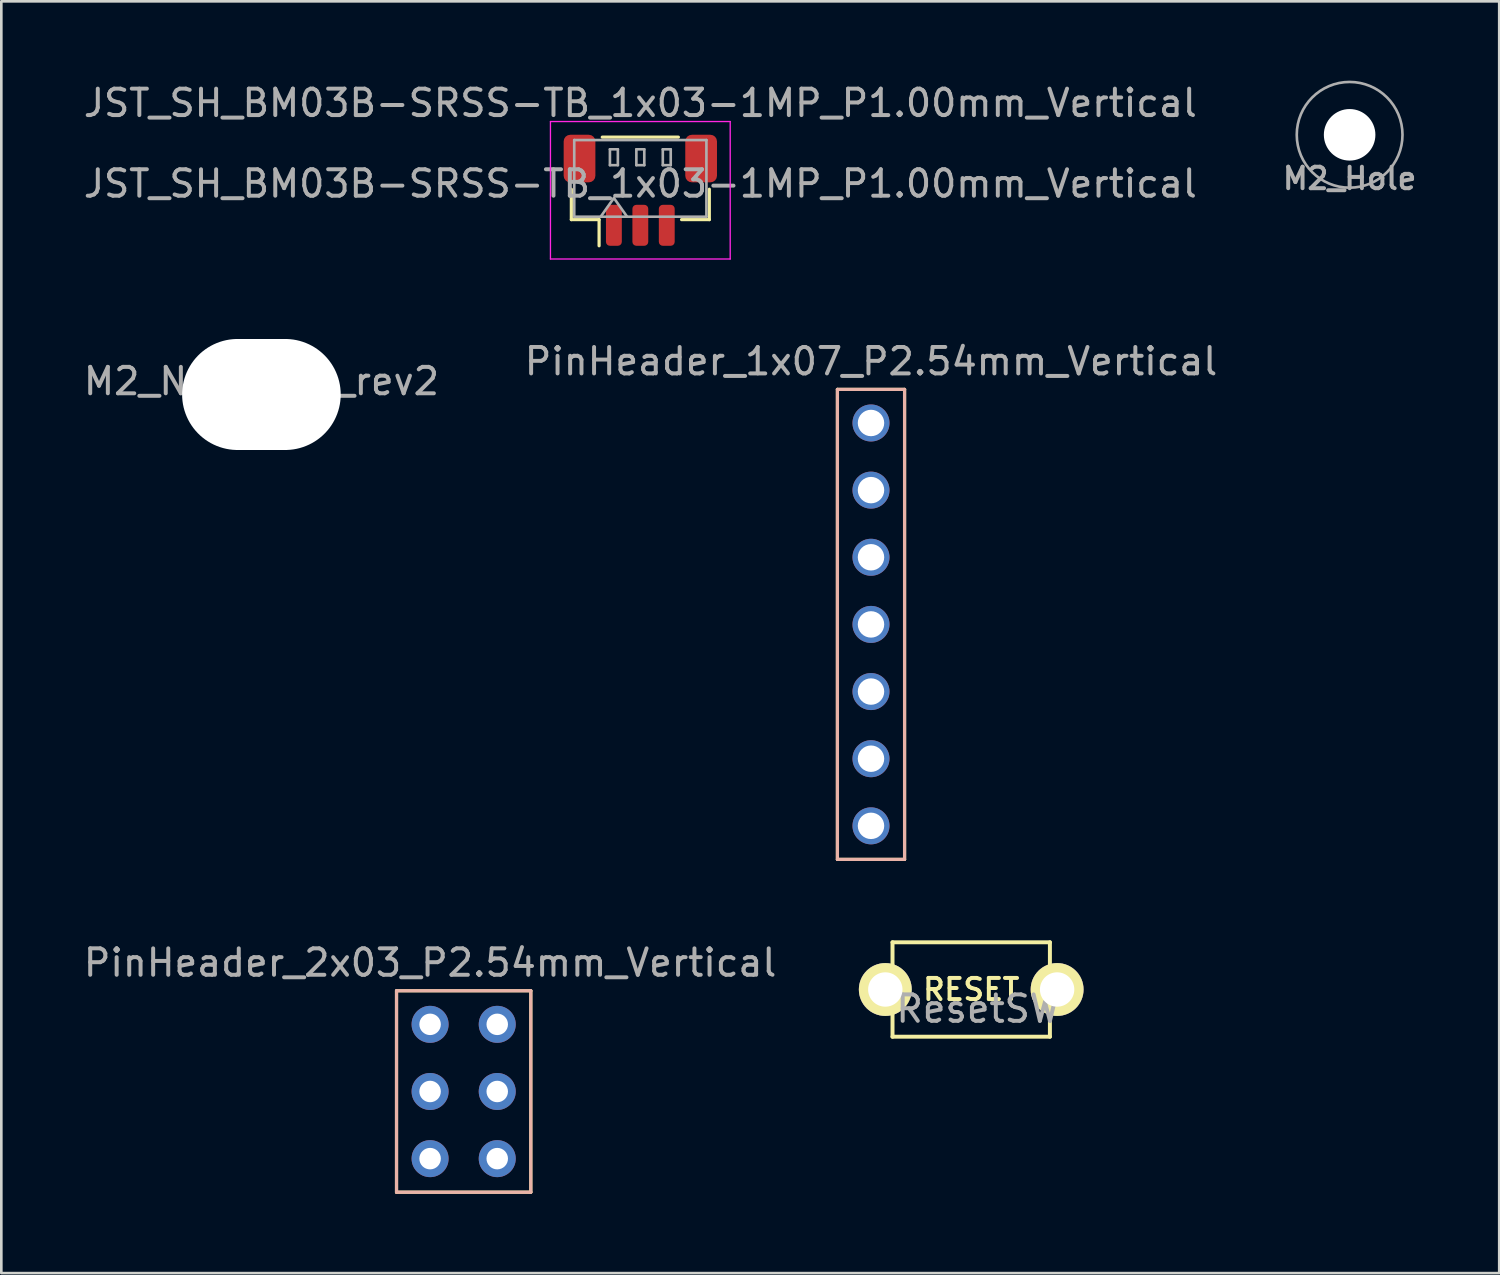
<source format=kicad_pcb>
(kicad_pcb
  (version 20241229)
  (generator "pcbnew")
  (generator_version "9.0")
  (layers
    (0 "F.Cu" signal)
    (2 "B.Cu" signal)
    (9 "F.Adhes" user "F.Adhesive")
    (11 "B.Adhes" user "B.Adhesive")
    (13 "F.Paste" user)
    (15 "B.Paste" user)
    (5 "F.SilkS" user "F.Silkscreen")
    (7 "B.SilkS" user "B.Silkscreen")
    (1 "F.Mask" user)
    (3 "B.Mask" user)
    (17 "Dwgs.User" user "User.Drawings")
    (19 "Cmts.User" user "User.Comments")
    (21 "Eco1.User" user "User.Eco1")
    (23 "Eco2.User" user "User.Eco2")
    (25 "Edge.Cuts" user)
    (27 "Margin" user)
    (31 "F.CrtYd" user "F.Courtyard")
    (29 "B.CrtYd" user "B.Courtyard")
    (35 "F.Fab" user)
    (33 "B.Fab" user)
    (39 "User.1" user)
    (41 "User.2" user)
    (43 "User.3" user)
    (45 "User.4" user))
  (footprint "PinHeader_2x03_P2.54mm_Vertical"
    (layer "F.Cu")
    (at 13.22 35.7)
    (property "Reference" "PinHeader_2x03_P2.54mm_Vertical" (at 0 -2.33 0) (layer "F.Fab") (effects (font (size 1 1) (thickness 0.15))))
    (fp_line (start -1.27 -1.27) (end -1.27 6.35) (stroke (width 0.12) (type solid)) (layer "F.SilkS"))
    (fp_line (start -1.27 6.35) (end 3.81 6.35) (stroke (width 0.12) (type solid)) (layer "F.SilkS"))
    (fp_line (start 3.81 -1.27) (end -1.27 -1.27) (stroke (width 0.12) (type solid)) (layer "F.SilkS"))
    (fp_line (start 3.81 6.35) (end 3.81 -1.27) (stroke (width 0.12) (type solid)) (layer "F.SilkS"))
    (fp_line (start -1.27 -1.27) (end -1.27 6.35) (stroke (width 0.12) (type solid)) (layer "B.SilkS"))
    (fp_line (start -1.27 6.35) (end 3.81 6.35) (stroke (width 0.12) (type solid)) (layer "B.SilkS"))
    (fp_line (start 3.81 -1.27) (end -1.27 -1.27) (stroke (width 0.12) (type solid)) (layer "B.SilkS"))
    (fp_line (start 3.81 6.35) (end 3.81 -1.27) (stroke (width 0.12) (type solid)) (layer "B.SilkS"))
    (pad "1" thru_hole circle (at 0 0) (size 1.4 1.4) (drill 0.813) (layers "*.Cu" "*.Mask"))
    (pad "2" thru_hole oval (at 2.54 0) (size 1.4 1.4) (drill 0.813) (layers "*.Cu" "*.Mask"))
    (pad "3" thru_hole oval (at 0 2.54) (size 1.4 1.4) (drill 0.813) (layers "*.Cu" "*.Mask"))
    (pad "4" thru_hole circle (at 2.54 2.54) (size 1.4 1.4) (drill 0.813) (layers "*.Cu" "*.Mask"))
    (pad "5" thru_hole oval (at 0 5.08) (size 1.4 1.4) (drill 0.813) (layers "*.Cu" "*.Mask"))
    (pad "6" thru_hole oval (at 2.54 5.08) (size 1.4 1.4) (drill 0.813) (layers "*.Cu" "*.Mask")))
  (footprint "PinHeader_1x07_P2.54mm_Vertical"
    (layer "F.Cu")
    (at 29.899 12.951)
    (property "Reference" "PinHeader_1x07_P2.54mm_Vertical" (at 0 -2.33 0) (layer "F.Fab") (effects (font (size 1 1) (thickness 0.15))))
    (fp_line (start -1.27 -1.27) (end -1.27 16.51) (stroke (width 0.12) (type solid)) (layer "F.SilkS"))
    (fp_line (start -1.27 16.51) (end 1.27 16.51) (stroke (width 0.12) (type solid)) (layer "F.SilkS"))
    (fp_line (start 1.27 -1.27) (end -1.27 -1.27) (stroke (width 0.12) (type solid)) (layer "F.SilkS"))
    (fp_line (start 1.27 16.51) (end 1.27 -1.27) (stroke (width 0.12) (type solid)) (layer "F.SilkS"))
    (fp_line (start -1.27 -1.27) (end -1.27 16.51) (stroke (width 0.12) (type solid)) (layer "B.SilkS"))
    (fp_line (start -1.27 16.51) (end 1.27 16.51) (stroke (width 0.12) (type solid)) (layer "B.SilkS"))
    (fp_line (start 1.27 -1.27) (end -1.27 -1.27) (stroke (width 0.12) (type solid)) (layer "B.SilkS"))
    (fp_line (start 1.27 16.51) (end 1.27 -1.27) (stroke (width 0.12) (type solid)) (layer "B.SilkS"))
    (pad "1" thru_hole circle (at 0 0) (size 1.4 1.4) (drill 1) (layers "*.Cu" "*.Mask"))
    (pad "2" thru_hole oval (at 0 2.54) (size 1.4 1.4) (drill 1) (layers "*.Cu" "*.Mask"))
    (pad "3" thru_hole oval (at 0 5.08) (size 1.4 1.4) (drill 1) (layers "*.Cu" "*.Mask"))
    (pad "4" thru_hole circle (at 0 7.62) (size 1.4 1.4) (drill 1) (layers "*.Cu" "*.Mask"))
    (pad "5" thru_hole oval (at 0 10.16) (size 1.4 1.4) (drill 1) (layers "*.Cu" "*.Mask"))
    (pad "6" thru_hole oval (at 0 12.7) (size 1.4 1.4) (drill 1) (layers "*.Cu" "*.Mask"))
    (pad "7" thru_hole oval (at 0 15.24) (size 1.4 1.4) (drill 1) (layers "*.Cu" "*.Mask")))
  (footprint "M2_Nut_Hole_rev2"
    (layer "F.Cu")
    (at 6.839 11.873)
    (property "Reference" "M2_Nut_Hole_rev2" (at 0 -0.5 0) (unlocked yes) (layer "F.Fab") (effects (font (size 1 1) (thickness 0.15))))
    (fp_line (start -2.338 0.05) (end -1.126 -2.05) (stroke (width 0.01) (type solid)) (layer "F.Fab"))
    (fp_line (start -1.212 -2) (end 1.212 -2) (stroke (width 0.01) (type solid)) (layer "F.Fab"))
    (fp_line (start -1.212 2) (end 1.212 2) (stroke (width 0.01) (type solid)) (layer "F.Fab"))
    (fp_line (start -1.126 2.05) (end -2.338 -0.05) (stroke (width 0.01) (type solid)) (layer "F.Fab"))
    (fp_line (start 1.126 2.05) (end 2.338 -0.05) (stroke (width 0.01) (type solid)) (layer "F.Fab"))
    (fp_line (start 2.338 0.05) (end 1.126 -2.05) (stroke (width 0.01) (type solid)) (layer "F.Fab"))
    (pad "" np_thru_hole oval (at 0 0) (size 6 4.2) (drill oval 6 4.2) (layers "*.Cu" "*.Mask")))
  (footprint "ResetSW"
    (layer "F.Cu")
    (at 33.69 34.382)
    (property "Reference" "ResetSW" (at 0.265 0.73 0) (layer "F.Fab") (effects (font (size 1 1) (thickness 0.15))))
    (fp_line (start -2.977 -1.786) (end 2.977 -1.786) (stroke (width 0.15) (type solid)) (layer "F.SilkS"))
    (fp_line (start -2.977 1.786) (end -2.977 -1.786) (stroke (width 0.15) (type solid)) (layer "F.SilkS"))
    (fp_line (start 2.977 -1.786) (end 2.977 1.786) (stroke (width 0.15) (type solid)) (layer "F.SilkS"))
    (fp_line (start 2.977 1.786) (end -2.977 1.786) (stroke (width 0.15) (type solid)) (layer "F.SilkS"))
    (fp_text user "RESET" (at 0 0 0) (layer "F.SilkS") (effects (font (size 0.8 0.8) (thickness 0.15))))
    (pad "1" thru_hole circle (at 3.25 0) (size 2 2) (drill 1.3) (layers "*.Cu" "*.Mask" "F.SilkS"))
    (pad "2" thru_hole circle (at -3.25 0) (size 2 2) (drill 1.3) (layers "*.Cu" "*.Mask" "F.SilkS")))
  (footprint "JST_SH_BM03B-SRSS-TB_1x03-1MP_P1.00mm_Vertical"
    (layer "F.Cu")
    (at 21.173 4.148)
    (property "Reference" "JST_SH_BM03B-SRSS-TB_1x03-1MP_P1.00mm_Vertical" (at 0 -3.3 0) (layer "F.Fab") (effects (font (size 1 1) (thickness 0.15))))
    (attr smd)
    (fp_line (start -2.61 -0.04) (end -2.61 1.11) (stroke (width 0.12) (type solid)) (layer "F.SilkS"))
    (fp_line (start -2.61 1.11) (end -1.56 1.11) (stroke (width 0.12) (type solid)) (layer "F.SilkS"))
    (fp_line (start -1.56 1.11) (end -1.56 2.1) (stroke (width 0.12) (type solid)) (layer "F.SilkS"))
    (fp_line (start -1.44 -2.01) (end 1.44 -2.01) (stroke (width 0.12) (type solid)) (layer "F.SilkS"))
    (fp_line (start 2.61 -0.04) (end 2.61 1.11) (stroke (width 0.12) (type solid)) (layer "F.SilkS"))
    (fp_line (start 2.61 1.11) (end 1.56 1.11) (stroke (width 0.12) (type solid)) (layer "F.SilkS"))
    (fp_line (start -3.4 -2.6) (end -3.4 2.6) (stroke (width 0.05) (type solid)) (layer "F.CrtYd"))
    (fp_line (start -3.4 2.6) (end 3.4 2.6) (stroke (width 0.05) (type solid)) (layer "F.CrtYd"))
    (fp_line (start 3.4 -2.6) (end -3.4 -2.6) (stroke (width 0.05) (type solid)) (layer "F.CrtYd"))
    (fp_line (start 3.4 2.6) (end 3.4 -2.6) (stroke (width 0.05) (type solid)) (layer "F.CrtYd"))
    (fp_line (start -2.5 -1.9) (end 2.5 -1.9) (stroke (width 0.1) (type solid)) (layer "F.Fab"))
    (fp_line (start -2.5 1) (end -2.5 -1.9) (stroke (width 0.1) (type solid)) (layer "F.Fab"))
    (fp_line (start -2.5 1) (end 2.5 1) (stroke (width 0.1) (type solid)) (layer "F.Fab"))
    (fp_line (start -1.5 1) (end -1 0.293) (stroke (width 0.1) (type solid)) (layer "F.Fab"))
    (fp_line (start -1.15 -1.55) (end -1.15 -0.95) (stroke (width 0.1) (type solid)) (layer "F.Fab"))
    (fp_line (start -1.15 -0.95) (end -0.85 -0.95) (stroke (width 0.1) (type solid)) (layer "F.Fab"))
    (fp_line (start -1 0.293) (end -0.5 1) (stroke (width 0.1) (type solid)) (layer "F.Fab"))
    (fp_line (start -0.85 -1.55) (end -1.15 -1.55) (stroke (width 0.1) (type solid)) (layer "F.Fab"))
    (fp_line (start -0.85 -0.95) (end -0.85 -1.55) (stroke (width 0.1) (type solid)) (layer "F.Fab"))
    (fp_line (start -0.15 -1.55) (end -0.15 -0.95) (stroke (width 0.1) (type solid)) (layer "F.Fab"))
    (fp_line (start -0.15 -0.95) (end 0.15 -0.95) (stroke (width 0.1) (type solid)) (layer "F.Fab"))
    (fp_line (start 0.15 -1.55) (end -0.15 -1.55) (stroke (width 0.1) (type solid)) (layer "F.Fab"))
    (fp_line (start 0.15 -0.95) (end 0.15 -1.55) (stroke (width 0.1) (type solid)) (layer "F.Fab"))
    (fp_line (start 0.85 -1.55) (end 0.85 -0.95) (stroke (width 0.1) (type solid)) (layer "F.Fab"))
    (fp_line (start 0.85 -0.95) (end 1.15 -0.95) (stroke (width 0.1) (type solid)) (layer "F.Fab"))
    (fp_line (start 1.15 -1.55) (end 0.85 -1.55) (stroke (width 0.1) (type solid)) (layer "F.Fab"))
    (fp_line (start 1.15 -0.95) (end 1.15 -1.55) (stroke (width 0.1) (type solid)) (layer "F.Fab"))
    (fp_line (start 2.5 1) (end 2.5 -1.9) (stroke (width 0.1) (type solid)) (layer "F.Fab"))
    (fp_text user "${REFERENCE}" (at 0 -0.25 0) (layer "F.Fab") (effects (font (size 1 1) (thickness 0.15))))
    (pad "1" smd roundrect (at -1 1.325) (size 0.6 1.55) (layers "F.Cu" "F.Mask" "F.Paste") (roundrect_rratio 0.25))
    (pad "2" smd roundrect (at 0 1.325) (size 0.6 1.55) (layers "F.Cu" "F.Mask" "F.Paste") (roundrect_rratio 0.25))
    (pad "3" smd roundrect (at 1 1.325) (size 0.6 1.55) (layers "F.Cu" "F.Mask" "F.Paste") (roundrect_rratio 0.25))
    (pad "MP" smd roundrect (at -2.3 -1.2) (size 1.2 1.8) (layers "F.Cu" "F.Mask" "F.Paste") (roundrect_rratio 0.208))
    (pad "MP" smd roundrect (at 2.3 -1.2) (size 1.2 1.8) (layers "F.Cu" "F.Mask" "F.Paste") (roundrect_rratio 0.208)))
  (footprint "M2_Hole"
    (layer "F.Cu")
    (at 48.005 2.05)
    (property "Reference" "M2_Hole" (at 0 1.651 0) (layer "F.Fab") (effects (font (size 0.813 0.813) (thickness 0.15))))
    (fp_circle (center 0 0) (end 2 0) (stroke (width 0.1) (type solid)) (fill no) (layer "F.Fab"))
    (pad "" np_thru_hole circle (at 0 0) (size 1.95 1.95) (drill 1.95) (layers "*.Cu" "*.Mask")))
  (gr_rect
    (start -3 -3)
    (end 53.664 45.11)
    (stroke (width 0.1) (type default))
    (fill no)
    (layer "Edge.Cuts")))
</source>
